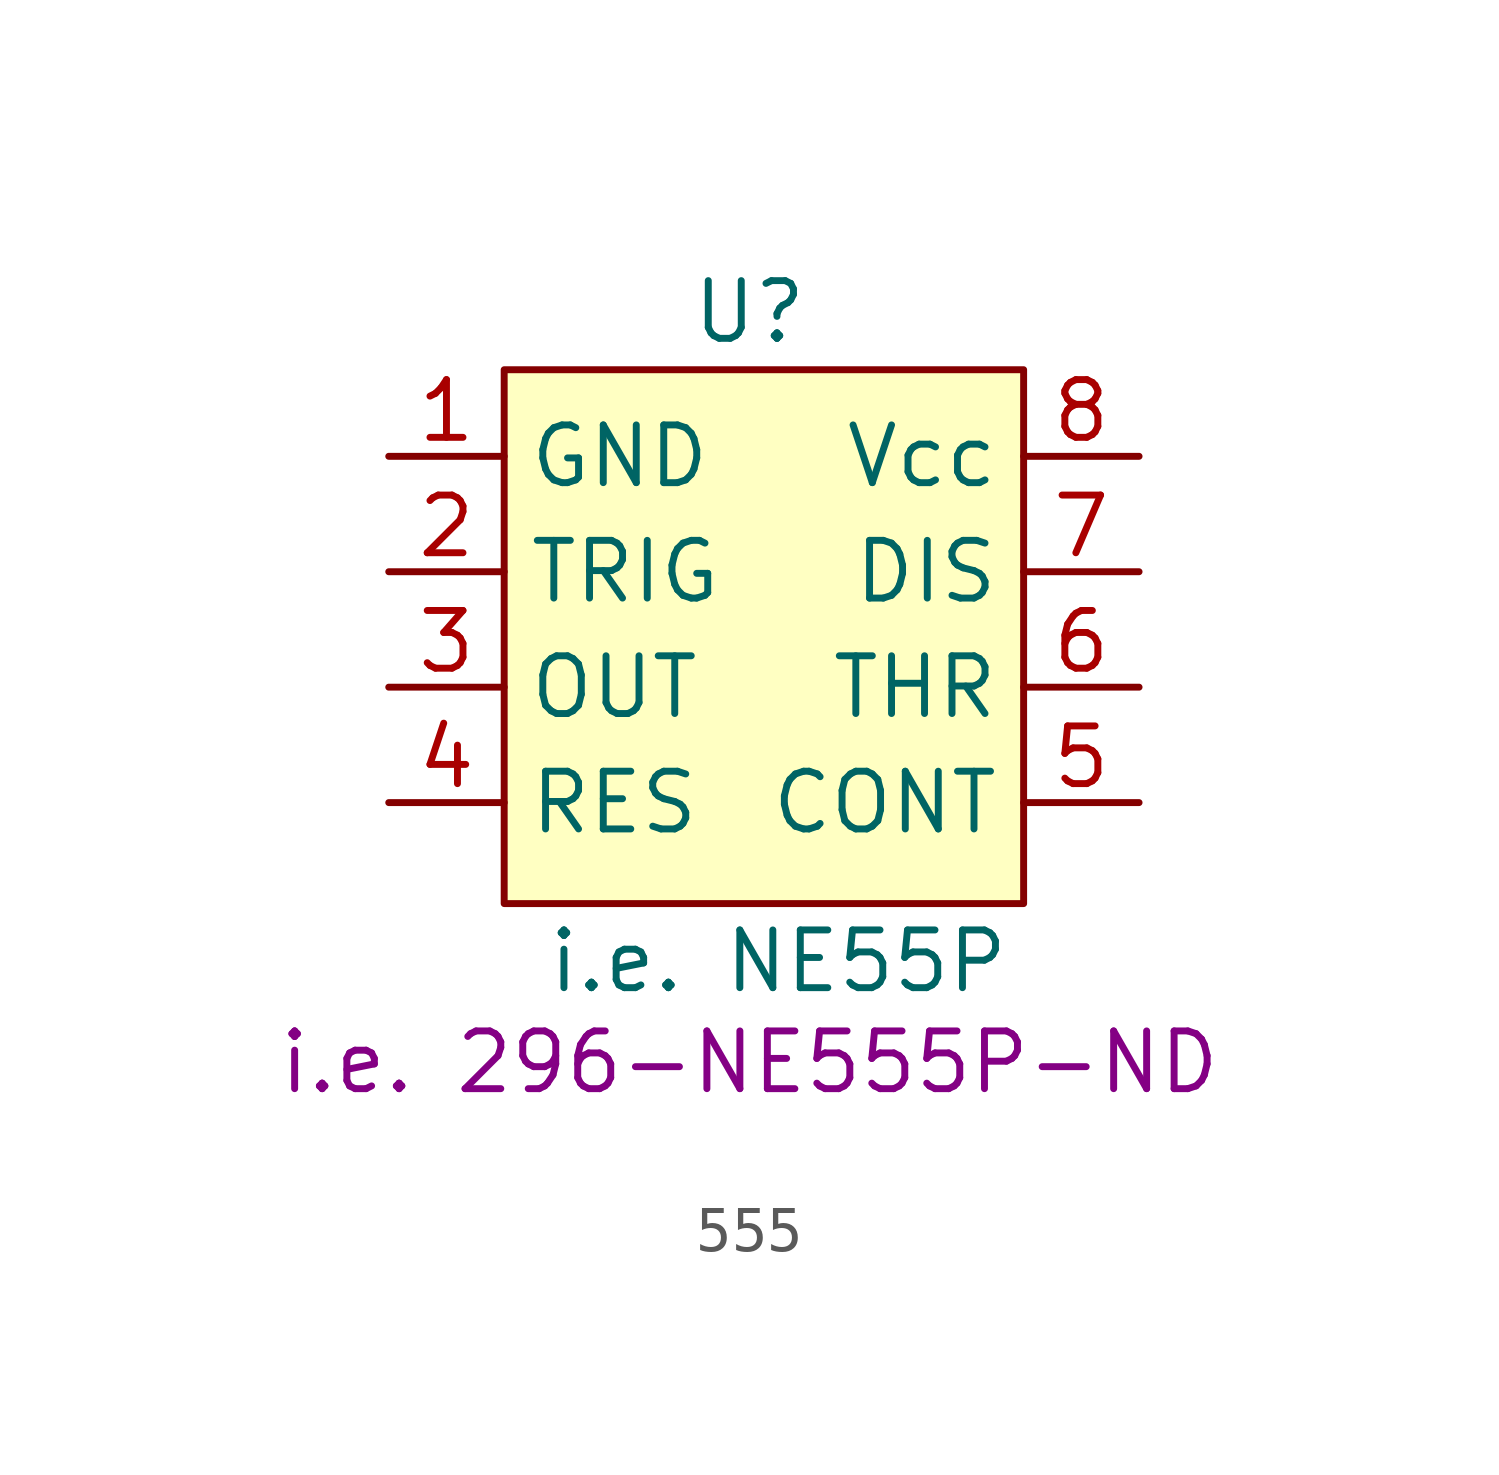
<source format=kicad_sym>
(kicad_symbol_lib
  (version 20220914)
  (generator kicad_symbol_editor)
  (symbol "555"
    (property "Reference" "U"
      (at 7.938 3.175 0)
      (effects (font (size 1.27 1.27))))
    (property "Value" "i.e. NE55P"
      (at 8.572 -11.113 0)
      (effects (font (size 1.27 1.27))))
    (property "PartNo." "i.e. 296-NE555P-ND"
      (at 7.938 -13.335 0)
      (effects (font (size 1.27 1.27))))
    (symbol "555_1_1"
      (rectangle (start 2.54 1.905) (end 13.97 -9.842) (stroke (width 0) (type default)) (fill (type background)))
      (pin passive line (at 0 0 0) (length 2.54) (name "GND" (effects (font (size 1.27 1.27)))) (number "1" (effects (font (size 1.27 1.27)))))
      (pin passive line (at 0 -2.54 0) (length 2.54) (name "TRIG" (effects (font (size 1.27 1.27)))) (number "2" (effects (font (size 1.27 1.27)))))
      (pin passive line (at 0 -5.08 0) (length 2.54) (name "OUT" (effects (font (size 1.27 1.27)))) (number "3" (effects (font (size 1.27 1.27)))))
      (pin passive line (at 0 -7.62 0) (length 2.54) (name "RES" (effects (font (size 1.27 1.27)))) (number "4" (effects (font (size 1.27 1.27)))))
      (pin passive line (at 16.51 -7.62 180) (length 2.54) (name "CONT" (effects (font (size 1.27 1.27)))) (number "5" (effects (font (size 1.27 1.27)))))
      (pin passive line (at 16.51 -5.08 180) (length 2.54) (name "THR" (effects (font (size 1.27 1.27)))) (number "6" (effects (font (size 1.27 1.27)))))
      (pin passive line (at 16.51 -2.54 180) (length 2.54) (name "DIS" (effects (font (size 1.27 1.27)))) (number "7" (effects (font (size 1.27 1.27)))))
      (pin passive line (at 16.51 0 180) (length 2.54) (name "Vcc" (effects (font (size 1.27 1.27)))) (number "8" (effects (font (size 1.27 1.27))))))))
</source>
